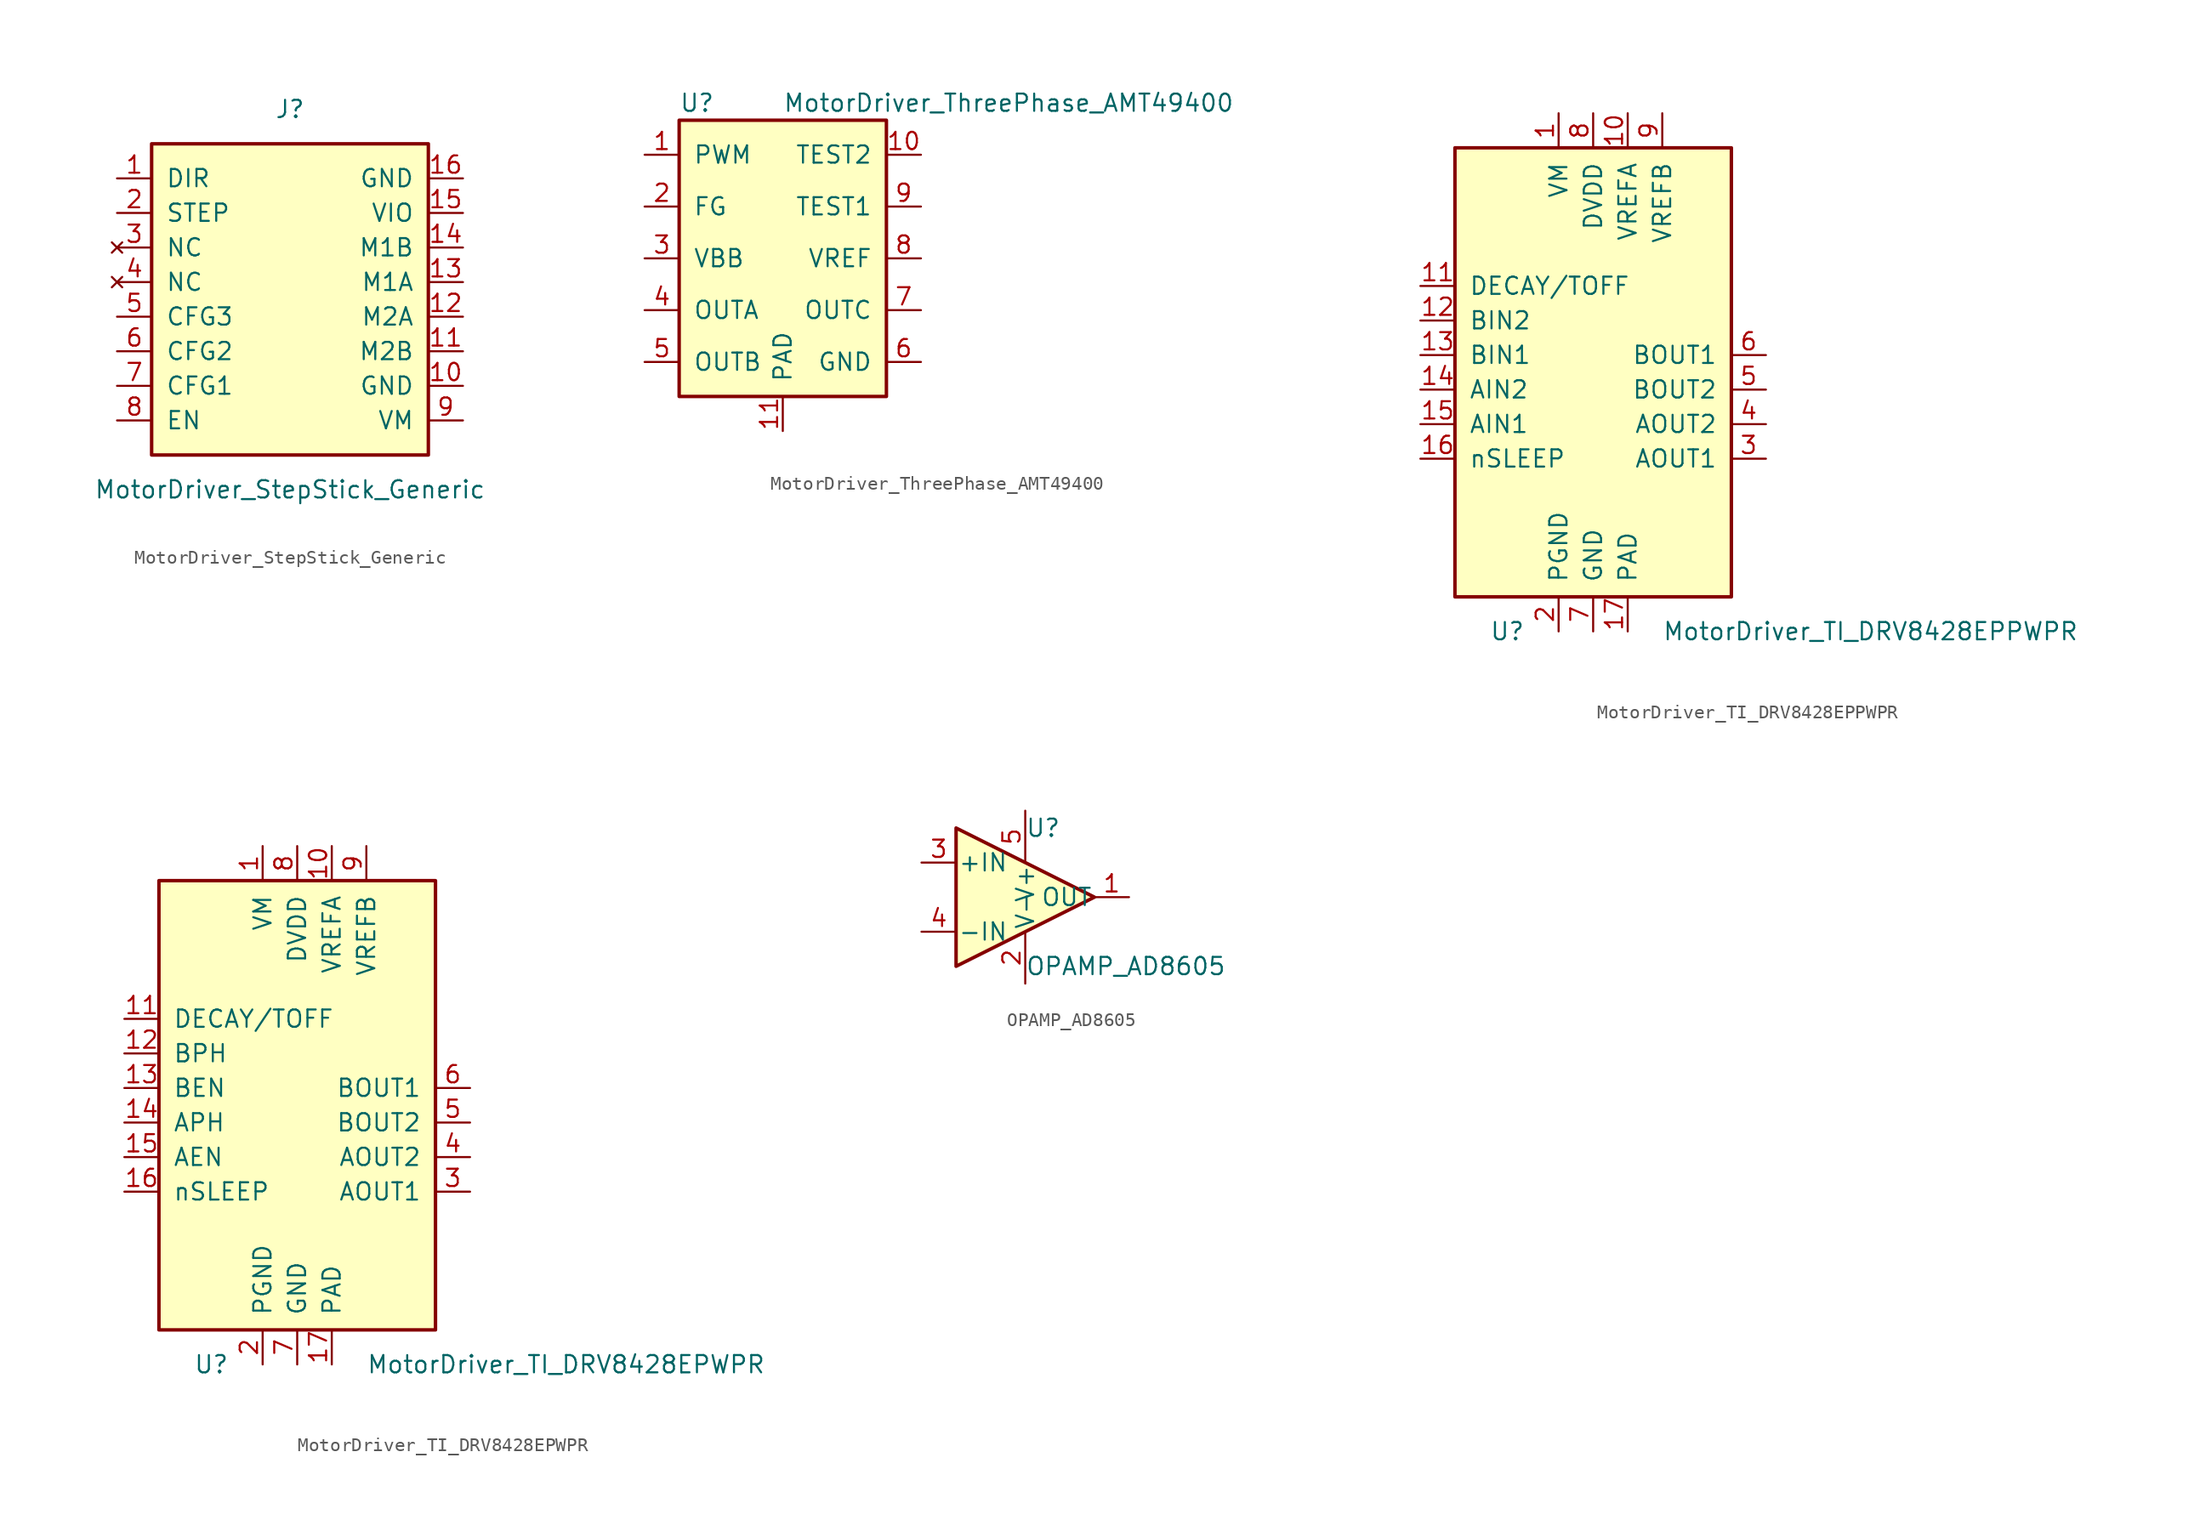
<source format=kicad_sym>
(kicad_symbol_lib
  (version 20211014)
  (generator kicad_symbol_editor)
  (symbol "MotorDriver_StepStick_Generic"
    (pin_names
      (offset 1.016))
    (property "Reference" "J"
      (at 0 12.7 0)
      (effects (font (size 1.27 1.27))))
    (property "Value" "MotorDriver_StepStick_Generic"
      (at 0 -15.24 0)
      (effects (font (size 1.27 1.27))))
    (symbol "MotorDriver_StepStick_Generic_0_1"
      (rectangle (start -10.16 10.16) (end 10.16 -12.7) (stroke (width 0.254) (type default) (color 0 0 0 0)) (fill (type background))))
    (symbol "MotorDriver_StepStick_Generic_1_1"
      (pin input line (at -12.7 7.62 0) (length 2.54) (name "DIR" (effects (font (size 1.27 1.27)))) (number "1" (effects (font (size 1.27 1.27)))))
      (pin power_in line (at 12.7 -7.62 180) (length 2.54) (name "GND" (effects (font (size 1.27 1.27)))) (number "10" (effects (font (size 1.27 1.27)))))
      (pin output line (at 12.7 -5.08 180) (length 2.54) (name "M2B" (effects (font (size 1.27 1.27)))) (number "11" (effects (font (size 1.27 1.27)))))
      (pin output line (at 12.7 -2.54 180) (length 2.54) (name "M2A" (effects (font (size 1.27 1.27)))) (number "12" (effects (font (size 1.27 1.27)))))
      (pin output line (at 12.7 0 180) (length 2.54) (name "M1A" (effects (font (size 1.27 1.27)))) (number "13" (effects (font (size 1.27 1.27)))))
      (pin output line (at 12.7 2.54 180) (length 2.54) (name "M1B" (effects (font (size 1.27 1.27)))) (number "14" (effects (font (size 1.27 1.27)))))
      (pin power_in line (at 12.7 5.08 180) (length 2.54) (name "VIO" (effects (font (size 1.27 1.27)))) (number "15" (effects (font (size 1.27 1.27)))))
      (pin power_in line (at 12.7 7.62 180) (length 2.54) (name "GND" (effects (font (size 1.27 1.27)))) (number "16" (effects (font (size 1.27 1.27)))))
      (pin input line (at -12.7 5.08 0) (length 2.54) (name "STEP" (effects (font (size 1.27 1.27)))) (number "2" (effects (font (size 1.27 1.27)))))
      (pin no_connect line (at -12.7 2.54 0) (length 2.54) (name "NC" (effects (font (size 1.27 1.27)))) (number "3" (effects (font (size 1.27 1.27)))))
      (pin no_connect line (at -12.7 0 0) (length 2.54) (name "NC" (effects (font (size 1.27 1.27)))) (number "4" (effects (font (size 1.27 1.27)))))
      (pin input line (at -12.7 -2.54 0) (length 2.54) (name "CFG3" (effects (font (size 1.27 1.27)))) (number "5" (effects (font (size 1.27 1.27)))))
      (pin input line (at -12.7 -5.08 0) (length 2.54) (name "CFG2" (effects (font (size 1.27 1.27)))) (number "6" (effects (font (size 1.27 1.27)))))
      (pin input line (at -12.7 -7.62 0) (length 2.54) (name "CFG1" (effects (font (size 1.27 1.27)))) (number "7" (effects (font (size 1.27 1.27)))))
      (pin input line (at -12.7 -10.16 0) (length 2.54) (name "EN" (effects (font (size 1.27 1.27)))) (number "8" (effects (font (size 1.27 1.27)))))
      (pin power_in line (at 12.7 -10.16 180) (length 2.54) (name "VM" (effects (font (size 1.27 1.27)))) (number "9" (effects (font (size 1.27 1.27)))))))
  (symbol "MotorDriver_ThreePhase_AMT49400"
    (pin_names
      (offset 1.016))
    (property "Reference" "U"
      (at -7.62 11.43 0)
      (effects (font (size 1.27 1.27)) (justify left)))
    (property "Value" "MotorDriver_ThreePhase_AMT49400"
      (at 0 11.43 0)
      (effects (font (size 1.27 1.27)) (justify left)))
    (symbol "MotorDriver_ThreePhase_AMT49400_0_1"
      (rectangle (start -7.62 10.16) (end 7.62 -10.16) (stroke (width 0.254) (type default) (color 0 0 0 0)) (fill (type background))))
    (symbol "MotorDriver_ThreePhase_AMT49400_1_1"
      (pin input line (at -10.16 7.62 0) (length 2.54) (name "PWM" (effects (font (size 1.27 1.27)))) (number "1" (effects (font (size 1.27 1.27)))))
      (pin unspecified line (at 10.16 7.62 180) (length 2.54) (name "TEST2" (effects (font (size 1.27 1.27)))) (number "10" (effects (font (size 1.27 1.27)))))
      (pin power_in line (at 0 -12.7 90) (length 2.54) (name "PAD" (effects (font (size 1.27 1.27)))) (number "11" (effects (font (size 1.27 1.27)))))
      (pin output line (at -10.16 3.81 0) (length 2.54) (name "FG" (effects (font (size 1.27 1.27)))) (number "2" (effects (font (size 1.27 1.27)))))
      (pin power_in line (at -10.16 0 0) (length 2.54) (name "VBB" (effects (font (size 1.27 1.27)))) (number "3" (effects (font (size 1.27 1.27)))))
      (pin output line (at -10.16 -3.81 0) (length 2.54) (name "OUTA" (effects (font (size 1.27 1.27)))) (number "4" (effects (font (size 1.27 1.27)))))
      (pin output line (at -10.16 -7.62 0) (length 2.54) (name "OUTB" (effects (font (size 1.27 1.27)))) (number "5" (effects (font (size 1.27 1.27)))))
      (pin power_in line (at 10.16 -7.62 180) (length 2.54) (name "GND" (effects (font (size 1.27 1.27)))) (number "6" (effects (font (size 1.27 1.27)))))
      (pin output line (at 10.16 -3.81 180) (length 2.54) (name "OUTC" (effects (font (size 1.27 1.27)))) (number "7" (effects (font (size 1.27 1.27)))))
      (pin output line (at 10.16 0 180) (length 2.54) (name "VREF" (effects (font (size 1.27 1.27)))) (number "8" (effects (font (size 1.27 1.27)))))
      (pin unspecified line (at 10.16 3.81 180) (length 2.54) (name "TEST1" (effects (font (size 1.27 1.27)))) (number "9" (effects (font (size 1.27 1.27)))))))
  (symbol "MotorDriver_TI_DRV8428EPPWPR"
    (pin_names
      (offset 1.016))
    (property "Reference" "U"
      (at -7.62 -17.78 0)
      (effects (font (size 1.27 1.27)) (justify left)))
    (property "Value" "MotorDriver_TI_DRV8428EPPWPR"
      (at 5.08 -17.78 0)
      (effects (font (size 1.27 1.27)) (justify left)))
    (symbol "MotorDriver_TI_DRV8428EPPWPR_0_1"
      (rectangle (start -10.16 17.78) (end 10.16 -15.24) (stroke (width 0.254) (type default) (color 0 0 0 0)) (fill (type background))))
    (symbol "MotorDriver_TI_DRV8428EPPWPR_1_1"
      (pin power_in line (at -2.54 20.32 270) (length 2.54) (name "VM" (effects (font (size 1.27 1.27)))) (number "1" (effects (font (size 1.27 1.27)))))
      (pin power_in line (at 2.54 20.32 270) (length 2.54) (name "VREFA" (effects (font (size 1.27 1.27)))) (number "10" (effects (font (size 1.27 1.27)))))
      (pin input line (at -12.7 7.62 0) (length 2.54) (name "DECAY/TOFF" (effects (font (size 1.27 1.27)))) (number "11" (effects (font (size 1.27 1.27)))))
      (pin input line (at -12.7 5.08 0) (length 2.54) (name "BIN2" (effects (font (size 1.27 1.27)))) (number "12" (effects (font (size 1.27 1.27)))))
      (pin input line (at -12.7 2.54 0) (length 2.54) (name "BIN1" (effects (font (size 1.27 1.27)))) (number "13" (effects (font (size 1.27 1.27)))))
      (pin input line (at -12.7 0 0) (length 2.54) (name "AIN2" (effects (font (size 1.27 1.27)))) (number "14" (effects (font (size 1.27 1.27)))))
      (pin input line (at -12.7 -2.54 0) (length 2.54) (name "AIN1" (effects (font (size 1.27 1.27)))) (number "15" (effects (font (size 1.27 1.27)))))
      (pin input line (at -12.7 -5.08 0) (length 2.54) (name "nSLEEP" (effects (font (size 1.27 1.27)))) (number "16" (effects (font (size 1.27 1.27)))))
      (pin power_in line (at 2.54 -17.78 90) (length 2.54) (name "PAD" (effects (font (size 1.27 1.27)))) (number "17" (effects (font (size 1.27 1.27)))))
      (pin power_in line (at -2.54 -17.78 90) (length 2.54) (name "PGND" (effects (font (size 1.27 1.27)))) (number "2" (effects (font (size 1.27 1.27)))))
      (pin output line (at 12.7 -5.08 180) (length 2.54) (name "AOUT1" (effects (font (size 1.27 1.27)))) (number "3" (effects (font (size 1.27 1.27)))))
      (pin output line (at 12.7 -2.54 180) (length 2.54) (name "AOUT2" (effects (font (size 1.27 1.27)))) (number "4" (effects (font (size 1.27 1.27)))))
      (pin output line (at 12.7 0 180) (length 2.54) (name "BOUT2" (effects (font (size 1.27 1.27)))) (number "5" (effects (font (size 1.27 1.27)))))
      (pin output line (at 12.7 2.54 180) (length 2.54) (name "BOUT1" (effects (font (size 1.27 1.27)))) (number "6" (effects (font (size 1.27 1.27)))))
      (pin power_in line (at 0 -17.78 90) (length 2.54) (name "GND" (effects (font (size 1.27 1.27)))) (number "7" (effects (font (size 1.27 1.27)))))
      (pin power_in line (at 0 20.32 270) (length 2.54) (name "DVDD" (effects (font (size 1.27 1.27)))) (number "8" (effects (font (size 1.27 1.27)))))
      (pin power_in line (at 5.08 20.32 270) (length 2.54) (name "VREFB" (effects (font (size 1.27 1.27)))) (number "9" (effects (font (size 1.27 1.27)))))))
  (symbol "MotorDriver_TI_DRV8428EPWPR"
    (pin_names
      (offset 1.016))
    (property "Reference" "U"
      (at -7.62 -17.78 0)
      (effects (font (size 1.27 1.27)) (justify left)))
    (property "Value" "MotorDriver_TI_DRV8428EPWPR"
      (at 5.08 -17.78 0)
      (effects (font (size 1.27 1.27)) (justify left)))
    (symbol "MotorDriver_TI_DRV8428EPWPR_0_1"
      (rectangle (start -10.16 17.78) (end 10.16 -15.24) (stroke (width 0.254) (type default) (color 0 0 0 0)) (fill (type background))))
    (symbol "MotorDriver_TI_DRV8428EPWPR_1_1"
      (pin power_in line (at -2.54 20.32 270) (length 2.54) (name "VM" (effects (font (size 1.27 1.27)))) (number "1" (effects (font (size 1.27 1.27)))))
      (pin power_in line (at 2.54 20.32 270) (length 2.54) (name "VREFA" (effects (font (size 1.27 1.27)))) (number "10" (effects (font (size 1.27 1.27)))))
      (pin input line (at -12.7 7.62 0) (length 2.54) (name "DECAY/TOFF" (effects (font (size 1.27 1.27)))) (number "11" (effects (font (size 1.27 1.27)))))
      (pin input line (at -12.7 5.08 0) (length 2.54) (name "BPH" (effects (font (size 1.27 1.27)))) (number "12" (effects (font (size 1.27 1.27)))))
      (pin input line (at -12.7 2.54 0) (length 2.54) (name "BEN" (effects (font (size 1.27 1.27)))) (number "13" (effects (font (size 1.27 1.27)))))
      (pin input line (at -12.7 0 0) (length 2.54) (name "APH" (effects (font (size 1.27 1.27)))) (number "14" (effects (font (size 1.27 1.27)))))
      (pin input line (at -12.7 -2.54 0) (length 2.54) (name "AEN" (effects (font (size 1.27 1.27)))) (number "15" (effects (font (size 1.27 1.27)))))
      (pin input line (at -12.7 -5.08 0) (length 2.54) (name "nSLEEP" (effects (font (size 1.27 1.27)))) (number "16" (effects (font (size 1.27 1.27)))))
      (pin power_in line (at 2.54 -17.78 90) (length 2.54) (name "PAD" (effects (font (size 1.27 1.27)))) (number "17" (effects (font (size 1.27 1.27)))))
      (pin power_in line (at -2.54 -17.78 90) (length 2.54) (name "PGND" (effects (font (size 1.27 1.27)))) (number "2" (effects (font (size 1.27 1.27)))))
      (pin output line (at 12.7 -5.08 180) (length 2.54) (name "AOUT1" (effects (font (size 1.27 1.27)))) (number "3" (effects (font (size 1.27 1.27)))))
      (pin output line (at 12.7 -2.54 180) (length 2.54) (name "AOUT2" (effects (font (size 1.27 1.27)))) (number "4" (effects (font (size 1.27 1.27)))))
      (pin output line (at 12.7 0 180) (length 2.54) (name "BOUT2" (effects (font (size 1.27 1.27)))) (number "5" (effects (font (size 1.27 1.27)))))
      (pin output line (at 12.7 2.54 180) (length 2.54) (name "BOUT1" (effects (font (size 1.27 1.27)))) (number "6" (effects (font (size 1.27 1.27)))))
      (pin power_in line (at 0 -17.78 90) (length 2.54) (name "GND" (effects (font (size 1.27 1.27)))) (number "7" (effects (font (size 1.27 1.27)))))
      (pin power_in line (at 0 20.32 270) (length 2.54) (name "DVDD" (effects (font (size 1.27 1.27)))) (number "8" (effects (font (size 1.27 1.27)))))
      (pin power_in line (at 5.08 20.32 270) (length 2.54) (name "VREFB" (effects (font (size 1.27 1.27)))) (number "9" (effects (font (size 1.27 1.27)))))))
  (symbol "OPAMP_AD8605"
    (pin_names
      (offset 0.127))
    (property "Reference" "U"
      (at 0 5.08 0)
      (effects (font (size 1.27 1.27)) (justify left)))
    (property "Value" "OPAMP_AD8605"
      (at 0 -5.08 0)
      (effects (font (size 1.27 1.27)) (justify left)))
    (symbol "OPAMP_AD8605_0_1"
      (polyline (pts (xy -5.08 5.08) (xy 5.08 0) (xy -5.08 -5.08) (xy -5.08 5.08)) (stroke (width 0.254) (type default) (color 0 0 0 0)) (fill (type background)))
      (pin power_in line (at 0 -6.35 90) (length 3.81) (name "V-" (effects (font (size 1.27 1.27)))) (number "2" (effects (font (size 1.27 1.27)))))
      (pin power_in line (at 0 6.35 270) (length 3.81) (name "V+" (effects (font (size 1.27 1.27)))) (number "5" (effects (font (size 1.27 1.27))))))
    (symbol "OPAMP_AD8605_1_1"
      (pin output line (at 7.62 0 180) (length 2.54) (name "OUT" (effects (font (size 1.27 1.27)))) (number "1" (effects (font (size 1.27 1.27)))))
      (pin input line (at -7.62 2.54 0) (length 2.54) (name "+IN" (effects (font (size 1.27 1.27)))) (number "3" (effects (font (size 1.27 1.27)))))
      (pin input line (at -7.62 -2.54 0) (length 2.54) (name "-IN" (effects (font (size 1.27 1.27)))) (number "4" (effects (font (size 1.27 1.27))))))))
</source>
